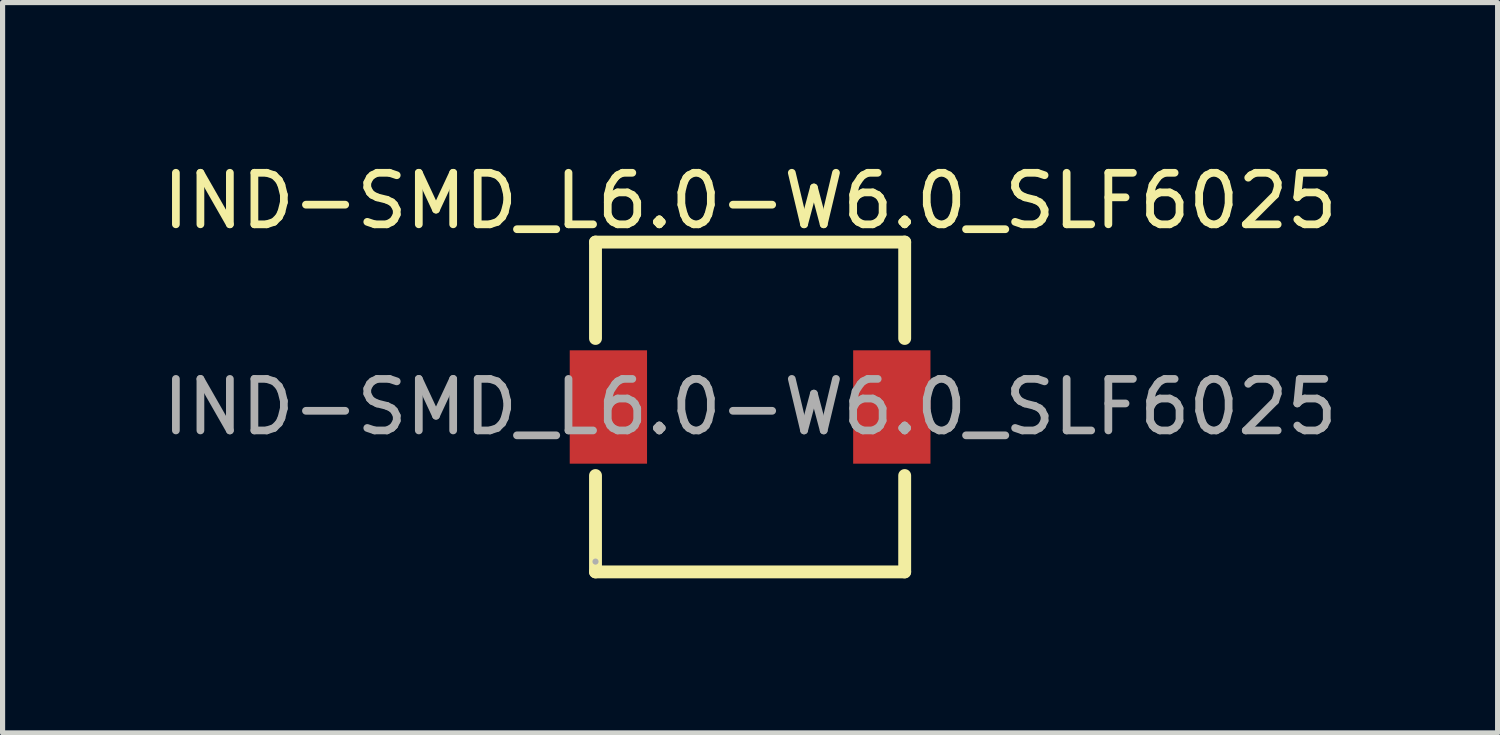
<source format=kicad_pcb>
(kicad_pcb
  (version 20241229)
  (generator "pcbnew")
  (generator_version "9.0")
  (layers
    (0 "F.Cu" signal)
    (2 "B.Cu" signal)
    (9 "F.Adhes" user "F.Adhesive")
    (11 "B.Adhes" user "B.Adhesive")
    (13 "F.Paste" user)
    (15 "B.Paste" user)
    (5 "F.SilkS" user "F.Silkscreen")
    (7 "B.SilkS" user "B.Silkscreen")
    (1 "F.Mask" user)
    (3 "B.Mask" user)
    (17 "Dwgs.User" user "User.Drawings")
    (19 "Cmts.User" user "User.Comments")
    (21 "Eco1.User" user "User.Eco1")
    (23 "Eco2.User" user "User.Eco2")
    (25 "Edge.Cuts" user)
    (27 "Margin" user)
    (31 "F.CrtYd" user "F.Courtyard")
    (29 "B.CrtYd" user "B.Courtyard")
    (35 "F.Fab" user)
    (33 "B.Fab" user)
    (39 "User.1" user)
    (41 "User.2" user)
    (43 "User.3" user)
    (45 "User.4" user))
  (footprint "IND-SMD_L6.0-W6.0_SLF6025"
    (layer "F.Cu")
    (at 11.506 4.848)
    (property "Reference" "IND-SMD_L6.0-W6.0_SLF6025" (at 0 -4 0) (layer "F.SilkS") (effects (font (size 1 1) (thickness 0.15))))
    (attr through_hole)
    (fp_line (start -3 -3.2) (end -3 -1.33) (stroke (width 0.25) (type solid)) (layer "F.SilkS"))
    (fp_line (start -3 -3.2) (end 3 -3.2) (stroke (width 0.25) (type solid)) (layer "F.SilkS"))
    (fp_line (start -3 1.33) (end -3 3.2) (stroke (width 0.25) (type solid)) (layer "F.SilkS"))
    (fp_line (start -3 3.2) (end 3 3.2) (stroke (width 0.25) (type solid)) (layer "F.SilkS"))
    (fp_line (start 3 -3.2) (end 3 -1.33) (stroke (width 0.25) (type solid)) (layer "F.SilkS"))
    (fp_line (start 3 1.33) (end 3 3.2) (stroke (width 0.25) (type solid)) (layer "F.SilkS"))
    (fp_circle (center -3 3) (end -2.97 3) (stroke (width 0.06) (type solid)) (fill no) (layer "F.Fab"))
    (fp_text user "${REFERENCE}" (at 0 0 0) (layer "F.Fab") (effects (font (size 1 1) (thickness 0.15))))
    (pad "1" smd rect (at -2.75 0) (size 1.5 2.2) (layers "F.Cu" "F.Mask" "F.Paste"))
    (pad "2" smd rect (at 2.75 0) (size 1.5 2.2) (layers "F.Cu" "F.Mask" "F.Paste")))
  (gr_rect
    (start -3 -3)
    (end 26.012 11.173)
    (stroke (width 0.1) (type default))
    (fill no)
    (layer "Edge.Cuts")))
</source>
